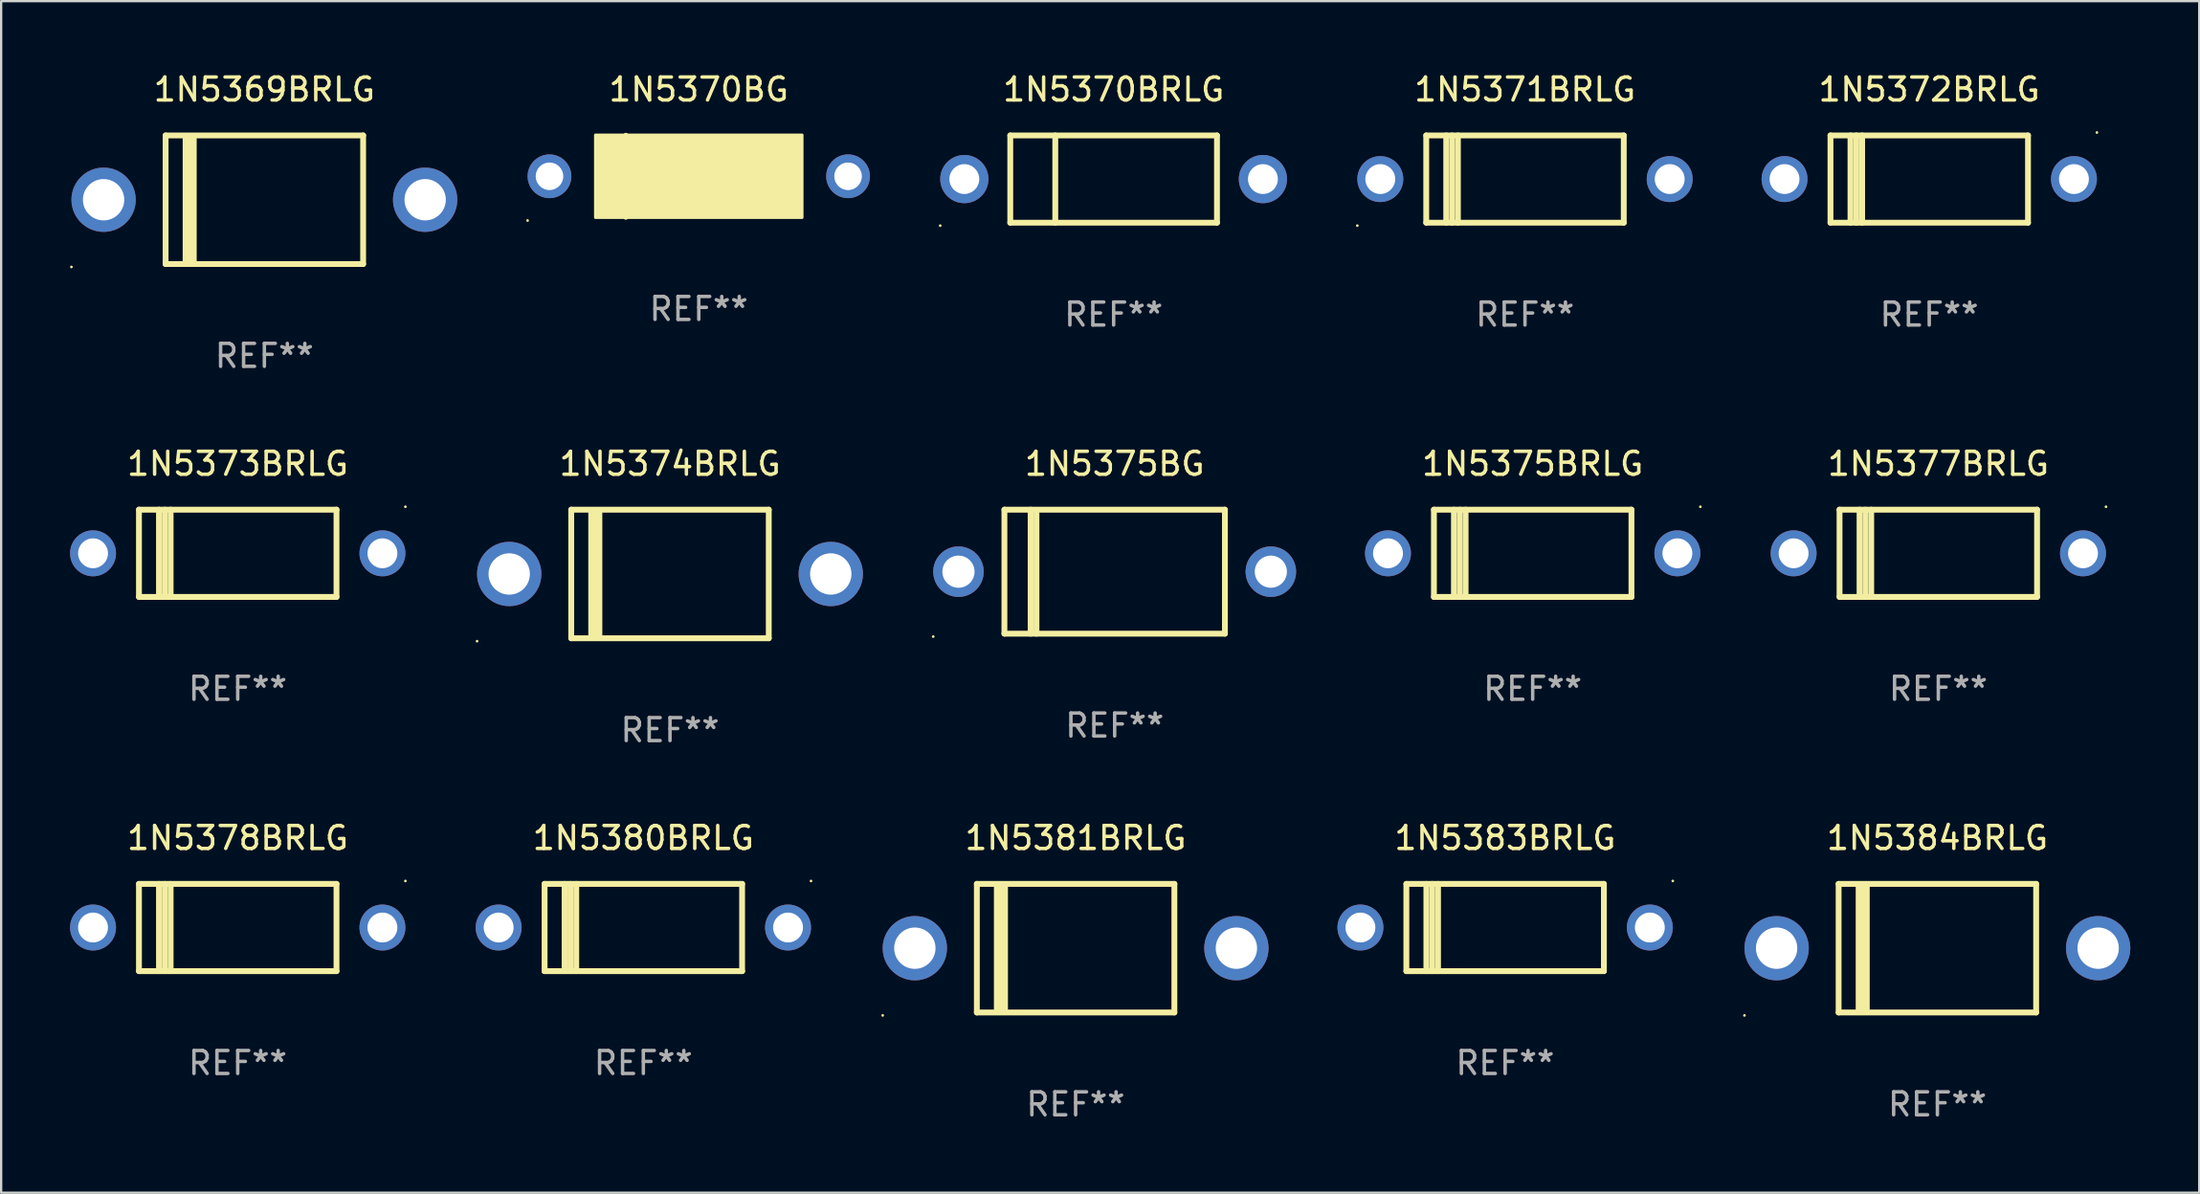
<source format=kicad_pcb>
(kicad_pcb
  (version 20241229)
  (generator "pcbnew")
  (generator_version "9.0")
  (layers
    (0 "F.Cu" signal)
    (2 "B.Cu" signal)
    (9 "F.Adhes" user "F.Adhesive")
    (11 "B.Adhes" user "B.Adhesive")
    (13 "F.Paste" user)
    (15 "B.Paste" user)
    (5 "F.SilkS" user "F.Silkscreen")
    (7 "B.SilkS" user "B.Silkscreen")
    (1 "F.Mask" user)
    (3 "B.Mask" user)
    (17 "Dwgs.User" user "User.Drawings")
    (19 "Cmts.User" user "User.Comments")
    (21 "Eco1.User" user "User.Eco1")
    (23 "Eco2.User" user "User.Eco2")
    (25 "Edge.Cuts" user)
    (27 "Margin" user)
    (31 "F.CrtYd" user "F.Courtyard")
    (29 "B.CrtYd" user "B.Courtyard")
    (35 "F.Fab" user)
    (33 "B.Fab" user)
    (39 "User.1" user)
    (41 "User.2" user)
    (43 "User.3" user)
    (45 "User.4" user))
  (footprint "1N5370BG"
    (layer "F.Cu")
    (at 27.373 4.626)
    (property "Reference" "1N5370BG" (at 0 -3.778 0) (layer "F.SilkS") (effects (font (size 1 1) (thickness 0.15))))
    (attr through_hole)
    (fp_line (start -3.175 1.778) (end -3.175 -1.778) (stroke (width 0.229) (type solid)) (layer "F.SilkS"))
    (fp_circle (center -7.453 1.927) (end -7.423 1.927) (stroke (width 0.06) (type solid)) (fill no) (layer "F.SilkS"))
    (fp_poly (pts (xy -4.5 -1.8) (xy 4.5 -1.8) (xy 4.5 1.8) (xy -4.5 1.8)) (stroke (width 0.12) (type solid)) (fill yes) (layer "F.SilkS"))
    (fp_text user "REF**" (at 0 5.778 0) (layer "F.Fab") (effects (font (size 1 1) (thickness 0.15))))
    (pad "1" thru_hole circle (at -6.5 0.000254) (size 1.905 1.905) (drill 1.2) (layers "*.Cu" "*.Mask"))
    (pad "2" thru_hole circle (at 6.5 0.000254) (size 1.905 1.905) (drill 1.2) (layers "*.Cu" "*.Mask")))
  (footprint "1N5380BRLG"
    (layer "F.Cu")
    (at 24.96 37.341)
    (property "Reference" "1N5380BRLG" (at 0 -3.9 0) (layer "F.SilkS") (effects (font (size 1 1) (thickness 0.15))))
    (attr through_hole)
    (fp_line (start -4.3 -1.9) (end 4.3 -1.9) (stroke (width 0.254) (type solid)) (layer "F.SilkS"))
    (fp_line (start -4.3 1.9) (end -4.3 -1.9) (stroke (width 0.254) (type solid)) (layer "F.SilkS"))
    (fp_line (start -3.429 1.9) (end -3.429 -1.9) (stroke (width 0.254) (type solid)) (layer "F.SilkS"))
    (fp_line (start -3.175 1.9) (end -3.175 -1.9) (stroke (width 0.254) (type solid)) (layer "F.SilkS"))
    (fp_line (start -2.921 1.9) (end -2.921 -1.9) (stroke (width 0.254) (type solid)) (layer "F.SilkS"))
    (fp_line (start 4.3 -1.9) (end 4.3 1.9) (stroke (width 0.254) (type solid)) (layer "F.SilkS"))
    (fp_line (start 4.3 1.9) (end -4.3 1.9) (stroke (width 0.254) (type solid)) (layer "F.SilkS"))
    (fp_circle (center 7.3 -2.027) (end 7.33 -2.027) (stroke (width 0.06) (type solid)) (fill no) (layer "F.SilkS"))
    (fp_text user "REF**" (at 0 5.9 0) (layer "F.Fab") (effects (font (size 1 1) (thickness 0.15))))
    (pad "1" thru_hole circle (at 6.3 0) (size 2 2) (drill 1.3) (layers "*.Cu" "*.Mask"))
    (pad "2" thru_hole circle (at -6.3 0) (size 2 2) (drill 1.3) (layers "*.Cu" "*.Mask")))
  (footprint "1N5381BRLG"
    (layer "F.Cu")
    (at 43.78 38.241)
    (property "Reference" "1N5381BRLG" (at 0 -4.8 0) (layer "F.SilkS") (effects (font (size 1 1) (thickness 0.15))))
    (attr through_hole)
    (fp_line (start -4.3 -2.8) (end -4.3 2.8) (stroke (width 0.254) (type solid)) (layer "F.SilkS"))
    (fp_line (start -4.3 -2.8) (end 4.3 -2.8) (stroke (width 0.254) (type solid)) (layer "F.SilkS"))
    (fp_line (start -4.3 2.8) (end 4.3 2.8) (stroke (width 0.254) (type solid)) (layer "F.SilkS"))
    (fp_line (start -3.442 2.667) (end -3.442 -2.667) (stroke (width 0.229) (type solid)) (layer "F.SilkS"))
    (fp_line (start -3.315 2.667) (end -3.315 -2.667) (stroke (width 0.229) (type solid)) (layer "F.SilkS"))
    (fp_line (start -3.188 2.667) (end -3.188 -2.667) (stroke (width 0.229) (type solid)) (layer "F.SilkS"))
    (fp_line (start -3.061 2.667) (end -3.061 -2.667) (stroke (width 0.229) (type solid)) (layer "F.SilkS"))
    (fp_line (start 4.3 -2.8) (end 4.3 2.8) (stroke (width 0.254) (type solid)) (layer "F.SilkS"))
    (fp_circle (center -8.4 2.927) (end -8.37 2.927) (stroke (width 0.06) (type solid)) (fill no) (layer "F.SilkS"))
    (fp_text user "REF**" (at 0 6.8 0) (layer "F.Fab") (effects (font (size 1 1) (thickness 0.15))))
    (pad "1" thru_hole circle (at -7 0) (size 2.8 2.8) (drill 1.8) (layers "*.Cu" "*.Mask"))
    (pad "2" thru_hole circle (at 7 0) (size 2.8 2.8) (drill 1.8) (layers "*.Cu" "*.Mask")))
  (footprint "1N5375BRLG"
    (layer "F.Cu")
    (at 63.68 21.045)
    (property "Reference" "1N5375BRLG" (at 0 -3.9 0) (layer "F.SilkS") (effects (font (size 1 1) (thickness 0.15))))
    (attr through_hole)
    (fp_line (start -4.3 -1.9) (end 4.3 -1.9) (stroke (width 0.254) (type solid)) (layer "F.SilkS"))
    (fp_line (start -4.3 1.9) (end -4.3 -1.9) (stroke (width 0.254) (type solid)) (layer "F.SilkS"))
    (fp_line (start -3.429 1.9) (end -3.429 -1.9) (stroke (width 0.254) (type solid)) (layer "F.SilkS"))
    (fp_line (start -3.175 1.9) (end -3.175 -1.9) (stroke (width 0.254) (type solid)) (layer "F.SilkS"))
    (fp_line (start -2.921 1.9) (end -2.921 -1.9) (stroke (width 0.254) (type solid)) (layer "F.SilkS"))
    (fp_line (start 4.3 -1.9) (end 4.3 1.9) (stroke (width 0.254) (type solid)) (layer "F.SilkS"))
    (fp_line (start 4.3 1.9) (end -4.3 1.9) (stroke (width 0.254) (type solid)) (layer "F.SilkS"))
    (fp_circle (center 7.3 -2.027) (end 7.33 -2.027) (stroke (width 0.06) (type solid)) (fill no) (layer "F.SilkS"))
    (fp_text user "REF**" (at 0 5.9 0) (layer "F.Fab") (effects (font (size 1 1) (thickness 0.15))))
    (pad "1" thru_hole circle (at 6.3 0) (size 2 2) (drill 1.3) (layers "*.Cu" "*.Mask"))
    (pad "2" thru_hole circle (at -6.3 0) (size 2 2) (drill 1.3) (layers "*.Cu" "*.Mask")))
  (footprint "1N5373BRLG"
    (layer "F.Cu")
    (at 7.3 21.045)
    (property "Reference" "1N5373BRLG" (at 0 -3.9 0) (layer "F.SilkS") (effects (font (size 1 1) (thickness 0.15))))
    (attr through_hole)
    (fp_line (start -4.3 -1.9) (end 4.3 -1.9) (stroke (width 0.254) (type solid)) (layer "F.SilkS"))
    (fp_line (start -4.3 1.9) (end -4.3 -1.9) (stroke (width 0.254) (type solid)) (layer "F.SilkS"))
    (fp_line (start -3.429 1.9) (end -3.429 -1.9) (stroke (width 0.254) (type solid)) (layer "F.SilkS"))
    (fp_line (start -3.175 1.9) (end -3.175 -1.9) (stroke (width 0.254) (type solid)) (layer "F.SilkS"))
    (fp_line (start -2.921 1.9) (end -2.921 -1.9) (stroke (width 0.254) (type solid)) (layer "F.SilkS"))
    (fp_line (start 4.3 -1.9) (end 4.3 1.9) (stroke (width 0.254) (type solid)) (layer "F.SilkS"))
    (fp_line (start 4.3 1.9) (end -4.3 1.9) (stroke (width 0.254) (type solid)) (layer "F.SilkS"))
    (fp_circle (center 7.3 -2.027) (end 7.33 -2.027) (stroke (width 0.06) (type solid)) (fill no) (layer "F.SilkS"))
    (fp_text user "REF**" (at 0 5.9 0) (layer "F.Fab") (effects (font (size 1 1) (thickness 0.15))))
    (pad "1" thru_hole circle (at 6.3 0) (size 2 2) (drill 1.3) (layers "*.Cu" "*.Mask"))
    (pad "2" thru_hole circle (at -6.3 0) (size 2 2) (drill 1.3) (layers "*.Cu" "*.Mask")))
  (footprint "1N5370BRLG"
    (layer "F.Cu")
    (at 45.435 4.748)
    (property "Reference" "1N5370BRLG" (at 0 -3.9 0) (layer "F.SilkS") (effects (font (size 1 1) (thickness 0.15))))
    (attr through_hole)
    (fp_line (start -4.5 -1.9) (end -4.5 1.9) (stroke (width 0.254) (type solid)) (layer "F.SilkS"))
    (fp_line (start -4.5 -1.9) (end 4.5 -1.9) (stroke (width 0.254) (type solid)) (layer "F.SilkS"))
    (fp_line (start -4.5 1.9) (end 4.5 1.9) (stroke (width 0.254) (type solid)) (layer "F.SilkS"))
    (fp_line (start -2.54 -1.9) (end -2.54 1.9) (stroke (width 0.254) (type solid)) (layer "F.SilkS"))
    (fp_line (start 4.5 -1.9) (end 4.5 1.9) (stroke (width 0.254) (type solid)) (layer "F.SilkS"))
    (fp_circle (center -7.55 2.027) (end -7.52 2.027) (stroke (width 0.06) (type solid)) (fill no) (layer "F.SilkS"))
    (fp_text user "REF**" (at 0 5.9 0) (layer "F.Fab") (effects (font (size 1 1) (thickness 0.15))))
    (pad "1" thru_hole circle (at -6.5 0) (size 2.1 2.1) (drill 1.3) (layers "*.Cu" "*.Mask"))
    (pad "2" thru_hole circle (at 6.5 0) (size 2.1 2.1) (drill 1.3) (layers "*.Cu" "*.Mask")))
  (footprint "1N5372BRLG"
    (layer "F.Cu")
    (at 80.945 4.748)
    (property "Reference" "1N5372BRLG" (at 0 -3.9 0) (layer "F.SilkS") (effects (font (size 1 1) (thickness 0.15))))
    (attr through_hole)
    (fp_line (start -4.3 -1.9) (end 4.3 -1.9) (stroke (width 0.254) (type solid)) (layer "F.SilkS"))
    (fp_line (start -4.3 1.9) (end -4.3 -1.9) (stroke (width 0.254) (type solid)) (layer "F.SilkS"))
    (fp_line (start -3.429 1.9) (end -3.429 -1.9) (stroke (width 0.254) (type solid)) (layer "F.SilkS"))
    (fp_line (start -3.175 1.9) (end -3.175 -1.9) (stroke (width 0.254) (type solid)) (layer "F.SilkS"))
    (fp_line (start -2.921 1.9) (end -2.921 -1.9) (stroke (width 0.254) (type solid)) (layer "F.SilkS"))
    (fp_line (start 4.3 -1.9) (end 4.3 1.9) (stroke (width 0.254) (type solid)) (layer "F.SilkS"))
    (fp_line (start 4.3 1.9) (end -4.3 1.9) (stroke (width 0.254) (type solid)) (layer "F.SilkS"))
    (fp_circle (center 7.3 -2.027) (end 7.33 -2.027) (stroke (width 0.06) (type solid)) (fill no) (layer "F.SilkS"))
    (fp_text user "REF**" (at 0 5.9 0) (layer "F.Fab") (effects (font (size 1 1) (thickness 0.15))))
    (pad "1" thru_hole circle (at 6.3 0) (size 2 2) (drill 1.3) (layers "*.Cu" "*.Mask"))
    (pad "2" thru_hole circle (at -6.3 0) (size 2 2) (drill 1.3) (layers "*.Cu" "*.Mask")))
  (footprint "1N5377BRLG"
    (layer "F.Cu")
    (at 81.34 21.045)
    (property "Reference" "1N5377BRLG" (at 0 -3.9 0) (layer "F.SilkS") (effects (font (size 1 1) (thickness 0.15))))
    (attr through_hole)
    (fp_line (start -4.3 -1.9) (end 4.3 -1.9) (stroke (width 0.254) (type solid)) (layer "F.SilkS"))
    (fp_line (start -4.3 1.9) (end -4.3 -1.9) (stroke (width 0.254) (type solid)) (layer "F.SilkS"))
    (fp_line (start -3.429 1.9) (end -3.429 -1.9) (stroke (width 0.254) (type solid)) (layer "F.SilkS"))
    (fp_line (start -3.175 1.9) (end -3.175 -1.9) (stroke (width 0.254) (type solid)) (layer "F.SilkS"))
    (fp_line (start -2.921 1.9) (end -2.921 -1.9) (stroke (width 0.254) (type solid)) (layer "F.SilkS"))
    (fp_line (start 4.3 -1.9) (end 4.3 1.9) (stroke (width 0.254) (type solid)) (layer "F.SilkS"))
    (fp_line (start 4.3 1.9) (end -4.3 1.9) (stroke (width 0.254) (type solid)) (layer "F.SilkS"))
    (fp_circle (center 7.3 -2.027) (end 7.33 -2.027) (stroke (width 0.06) (type solid)) (fill no) (layer "F.SilkS"))
    (fp_text user "REF**" (at 0 5.9 0) (layer "F.Fab") (effects (font (size 1 1) (thickness 0.15))))
    (pad "1" thru_hole circle (at 6.3 0) (size 2 2) (drill 1.3) (layers "*.Cu" "*.Mask"))
    (pad "2" thru_hole circle (at -6.3 0) (size 2 2) (drill 1.3) (layers "*.Cu" "*.Mask")))
  (footprint "1N5369BRLG"
    (layer "F.Cu")
    (at 8.46 5.648)
    (property "Reference" "1N5369BRLG" (at 0 -4.8 0) (layer "F.SilkS") (effects (font (size 1 1) (thickness 0.15))))
    (attr through_hole)
    (fp_line (start -4.3 -2.8) (end -4.3 2.8) (stroke (width 0.254) (type solid)) (layer "F.SilkS"))
    (fp_line (start -4.3 -2.8) (end 4.3 -2.8) (stroke (width 0.254) (type solid)) (layer "F.SilkS"))
    (fp_line (start -4.3 2.8) (end 4.3 2.8) (stroke (width 0.254) (type solid)) (layer "F.SilkS"))
    (fp_line (start -3.442 2.667) (end -3.442 -2.667) (stroke (width 0.229) (type solid)) (layer "F.SilkS"))
    (fp_line (start -3.315 2.667) (end -3.315 -2.667) (stroke (width 0.229) (type solid)) (layer "F.SilkS"))
    (fp_line (start -3.188 2.667) (end -3.188 -2.667) (stroke (width 0.229) (type solid)) (layer "F.SilkS"))
    (fp_line (start -3.061 2.667) (end -3.061 -2.667) (stroke (width 0.229) (type solid)) (layer "F.SilkS"))
    (fp_line (start 4.3 -2.8) (end 4.3 2.8) (stroke (width 0.254) (type solid)) (layer "F.SilkS"))
    (fp_circle (center -8.4 2.927) (end -8.37 2.927) (stroke (width 0.06) (type solid)) (fill no) (layer "F.SilkS"))
    (fp_text user "REF**" (at 0 6.8 0) (layer "F.Fab") (effects (font (size 1 1) (thickness 0.15))))
    (pad "1" thru_hole circle (at -7 0) (size 2.8 2.8) (drill 1.8) (layers "*.Cu" "*.Mask"))
    (pad "2" thru_hole circle (at 7 0) (size 2.8 2.8) (drill 1.8) (layers "*.Cu" "*.Mask")))
  (footprint "1N5383BRLG"
    (layer "F.Cu")
    (at 62.48 37.341)
    (property "Reference" "1N5383BRLG" (at 0 -3.9 0) (layer "F.SilkS") (effects (font (size 1 1) (thickness 0.15))))
    (attr through_hole)
    (fp_line (start -4.3 -1.9) (end 4.3 -1.9) (stroke (width 0.254) (type solid)) (layer "F.SilkS"))
    (fp_line (start -4.3 1.9) (end -4.3 -1.9) (stroke (width 0.254) (type solid)) (layer "F.SilkS"))
    (fp_line (start -3.429 1.9) (end -3.429 -1.9) (stroke (width 0.254) (type solid)) (layer "F.SilkS"))
    (fp_line (start -3.175 1.9) (end -3.175 -1.9) (stroke (width 0.254) (type solid)) (layer "F.SilkS"))
    (fp_line (start -2.921 1.9) (end -2.921 -1.9) (stroke (width 0.254) (type solid)) (layer "F.SilkS"))
    (fp_line (start 4.3 -1.9) (end 4.3 1.9) (stroke (width 0.254) (type solid)) (layer "F.SilkS"))
    (fp_line (start 4.3 1.9) (end -4.3 1.9) (stroke (width 0.254) (type solid)) (layer "F.SilkS"))
    (fp_circle (center 7.3 -2.027) (end 7.33 -2.027) (stroke (width 0.06) (type solid)) (fill no) (layer "F.SilkS"))
    (fp_text user "REF**" (at 0 5.9 0) (layer "F.Fab") (effects (font (size 1 1) (thickness 0.15))))
    (pad "1" thru_hole circle (at 6.3 0) (size 2 2) (drill 1.3) (layers "*.Cu" "*.Mask"))
    (pad "2" thru_hole circle (at -6.3 0) (size 2 2) (drill 1.3) (layers "*.Cu" "*.Mask")))
  (footprint "1N5374BRLG"
    (layer "F.Cu")
    (at 26.12 21.945)
    (property "Reference" "1N5374BRLG" (at 0 -4.8 0) (layer "F.SilkS") (effects (font (size 1 1) (thickness 0.15))))
    (attr through_hole)
    (fp_line (start -4.3 -2.8) (end -4.3 2.8) (stroke (width 0.254) (type solid)) (layer "F.SilkS"))
    (fp_line (start -4.3 -2.8) (end 4.3 -2.8) (stroke (width 0.254) (type solid)) (layer "F.SilkS"))
    (fp_line (start -4.3 2.8) (end 4.3 2.8) (stroke (width 0.254) (type solid)) (layer "F.SilkS"))
    (fp_line (start -3.442 2.667) (end -3.442 -2.667) (stroke (width 0.229) (type solid)) (layer "F.SilkS"))
    (fp_line (start -3.315 2.667) (end -3.315 -2.667) (stroke (width 0.229) (type solid)) (layer "F.SilkS"))
    (fp_line (start -3.188 2.667) (end -3.188 -2.667) (stroke (width 0.229) (type solid)) (layer "F.SilkS"))
    (fp_line (start -3.061 2.667) (end -3.061 -2.667) (stroke (width 0.229) (type solid)) (layer "F.SilkS"))
    (fp_line (start 4.3 -2.8) (end 4.3 2.8) (stroke (width 0.254) (type solid)) (layer "F.SilkS"))
    (fp_circle (center -8.4 2.927) (end -8.37 2.927) (stroke (width 0.06) (type solid)) (fill no) (layer "F.SilkS"))
    (fp_text user "REF**" (at 0 6.8 0) (layer "F.Fab") (effects (font (size 1 1) (thickness 0.15))))
    (pad "1" thru_hole circle (at -7 0) (size 2.8 2.8) (drill 1.8) (layers "*.Cu" "*.Mask"))
    (pad "2" thru_hole circle (at 7 0) (size 2.8 2.8) (drill 1.8) (layers "*.Cu" "*.Mask")))
  (footprint "1N5371BRLG"
    (layer "F.Cu")
    (at 63.345 4.748)
    (property "Reference" "1N5371BRLG" (at 0 -3.9 0) (layer "F.SilkS") (effects (font (size 1 1) (thickness 0.15))))
    (attr through_hole)
    (fp_line (start -4.3 -1.9) (end 4.3 -1.9) (stroke (width 0.254) (type solid)) (layer "F.SilkS"))
    (fp_line (start -4.3 1.9) (end -4.3 -1.9) (stroke (width 0.254) (type solid)) (layer "F.SilkS"))
    (fp_line (start -3.429 1.9) (end -3.429 -1.9) (stroke (width 0.254) (type solid)) (layer "F.SilkS"))
    (fp_line (start -3.175 1.9) (end -3.175 -1.9) (stroke (width 0.254) (type solid)) (layer "F.SilkS"))
    (fp_line (start -2.921 1.9) (end -2.921 -1.9) (stroke (width 0.254) (type solid)) (layer "F.SilkS"))
    (fp_line (start 4.3 -1.9) (end 4.3 1.9) (stroke (width 0.254) (type solid)) (layer "F.SilkS"))
    (fp_line (start 4.3 1.9) (end -4.3 1.9) (stroke (width 0.254) (type solid)) (layer "F.SilkS"))
    (fp_circle (center -7.3 2.027) (end -7.27 2.027) (stroke (width 0.06) (type solid)) (fill no) (layer "F.SilkS"))
    (fp_text user "REF**" (at 0 5.9 0) (layer "F.Fab") (effects (font (size 1 1) (thickness 0.15))))
    (pad "1" thru_hole circle (at -6.3 0) (size 2 2) (drill 1.3) (layers "*.Cu" "*.Mask"))
    (pad "2" thru_hole circle (at 6.3 0) (size 2 2) (drill 1.3) (layers "*.Cu" "*.Mask")))
  (footprint "1N5378BRLG"
    (layer "F.Cu")
    (at 7.3 37.341)
    (property "Reference" "1N5378BRLG" (at 0 -3.9 0) (layer "F.SilkS") (effects (font (size 1 1) (thickness 0.15))))
    (attr through_hole)
    (fp_line (start -4.3 -1.9) (end 4.3 -1.9) (stroke (width 0.254) (type solid)) (layer "F.SilkS"))
    (fp_line (start -4.3 1.9) (end -4.3 -1.9) (stroke (width 0.254) (type solid)) (layer "F.SilkS"))
    (fp_line (start -3.429 1.9) (end -3.429 -1.9) (stroke (width 0.254) (type solid)) (layer "F.SilkS"))
    (fp_line (start -3.175 1.9) (end -3.175 -1.9) (stroke (width 0.254) (type solid)) (layer "F.SilkS"))
    (fp_line (start -2.921 1.9) (end -2.921 -1.9) (stroke (width 0.254) (type solid)) (layer "F.SilkS"))
    (fp_line (start 4.3 -1.9) (end 4.3 1.9) (stroke (width 0.254) (type solid)) (layer "F.SilkS"))
    (fp_line (start 4.3 1.9) (end -4.3 1.9) (stroke (width 0.254) (type solid)) (layer "F.SilkS"))
    (fp_circle (center 7.3 -2.027) (end 7.33 -2.027) (stroke (width 0.06) (type solid)) (fill no) (layer "F.SilkS"))
    (fp_text user "REF**" (at 0 5.9 0) (layer "F.Fab") (effects (font (size 1 1) (thickness 0.15))))
    (pad "1" thru_hole circle (at 6.3 0) (size 2 2) (drill 1.3) (layers "*.Cu" "*.Mask"))
    (pad "2" thru_hole circle (at -6.3 0) (size 2 2) (drill 1.3) (layers "*.Cu" "*.Mask")))
  (footprint "1N5384BRLG"
    (layer "F.Cu")
    (at 81.3 38.241)
    (property "Reference" "1N5384BRLG" (at 0 -4.8 0) (layer "F.SilkS") (effects (font (size 1 1) (thickness 0.15))))
    (attr through_hole)
    (fp_line (start -4.3 -2.8) (end -4.3 2.8) (stroke (width 0.254) (type solid)) (layer "F.SilkS"))
    (fp_line (start -4.3 -2.8) (end 4.3 -2.8) (stroke (width 0.254) (type solid)) (layer "F.SilkS"))
    (fp_line (start -4.3 2.8) (end 4.3 2.8) (stroke (width 0.254) (type solid)) (layer "F.SilkS"))
    (fp_line (start -3.442 2.667) (end -3.442 -2.667) (stroke (width 0.229) (type solid)) (layer "F.SilkS"))
    (fp_line (start -3.315 2.667) (end -3.315 -2.667) (stroke (width 0.229) (type solid)) (layer "F.SilkS"))
    (fp_line (start -3.188 2.667) (end -3.188 -2.667) (stroke (width 0.229) (type solid)) (layer "F.SilkS"))
    (fp_line (start -3.061 2.667) (end -3.061 -2.667) (stroke (width 0.229) (type solid)) (layer "F.SilkS"))
    (fp_line (start 4.3 -2.8) (end 4.3 2.8) (stroke (width 0.254) (type solid)) (layer "F.SilkS"))
    (fp_circle (center -8.4 2.927) (end -8.37 2.927) (stroke (width 0.06) (type solid)) (fill no) (layer "F.SilkS"))
    (fp_text user "REF**" (at 0 6.8 0) (layer "F.Fab") (effects (font (size 1 1) (thickness 0.15))))
    (pad "1" thru_hole circle (at -7 0) (size 2.8 2.8) (drill 1.8) (layers "*.Cu" "*.Mask"))
    (pad "2" thru_hole circle (at 7 0) (size 2.8 2.8) (drill 1.8) (layers "*.Cu" "*.Mask")))
  (footprint "1N5375BG"
    (layer "F.Cu")
    (at 45.48 21.845)
    (property "Reference" "1N5375BG" (at 0 -4.7 0) (layer "F.SilkS") (effects (font (size 1 1) (thickness 0.15))))
    (attr through_hole)
    (fp_line (start -4.8 -2.7) (end 4.8 -2.7) (stroke (width 0.254) (type solid)) (layer "F.SilkS"))
    (fp_line (start -4.8 2.7) (end -4.8 -2.7) (stroke (width 0.254) (type solid)) (layer "F.SilkS"))
    (fp_line (start -3.658 2.7) (end -3.658 -2.7) (stroke (width 0.254) (type solid)) (layer "F.SilkS"))
    (fp_line (start -3.404 2.7) (end -3.404 -2.54) (stroke (width 0.254) (type solid)) (layer "F.SilkS"))
    (fp_line (start 4.8 2.7) (end -4.8 2.7) (stroke (width 0.254) (type solid)) (layer "F.SilkS"))
    (fp_line (start 4.8 2.7) (end 4.8 -2.7) (stroke (width 0.254) (type solid)) (layer "F.SilkS"))
    (fp_circle (center -7.9 2.827) (end -7.87 2.827) (stroke (width 0.06) (type solid)) (fill no) (layer "F.SilkS"))
    (fp_text user "REF**" (at 0 6.7 0) (layer "F.Fab") (effects (font (size 1 1) (thickness 0.15))))
    (pad "1" thru_hole circle (at -6.8 0) (size 2.2 2.2) (drill 1.4) (layers "*.Cu" "*.Mask"))
    (pad "2" thru_hole circle (at 6.8 0) (size 2.2 2.2) (drill 1.4) (layers "*.Cu" "*.Mask")))
  (gr_rect
    (start -3 -3)
    (end 92.7 48.89)
    (stroke (width 0.1) (type default))
    (fill no)
    (layer "Edge.Cuts")))
</source>
